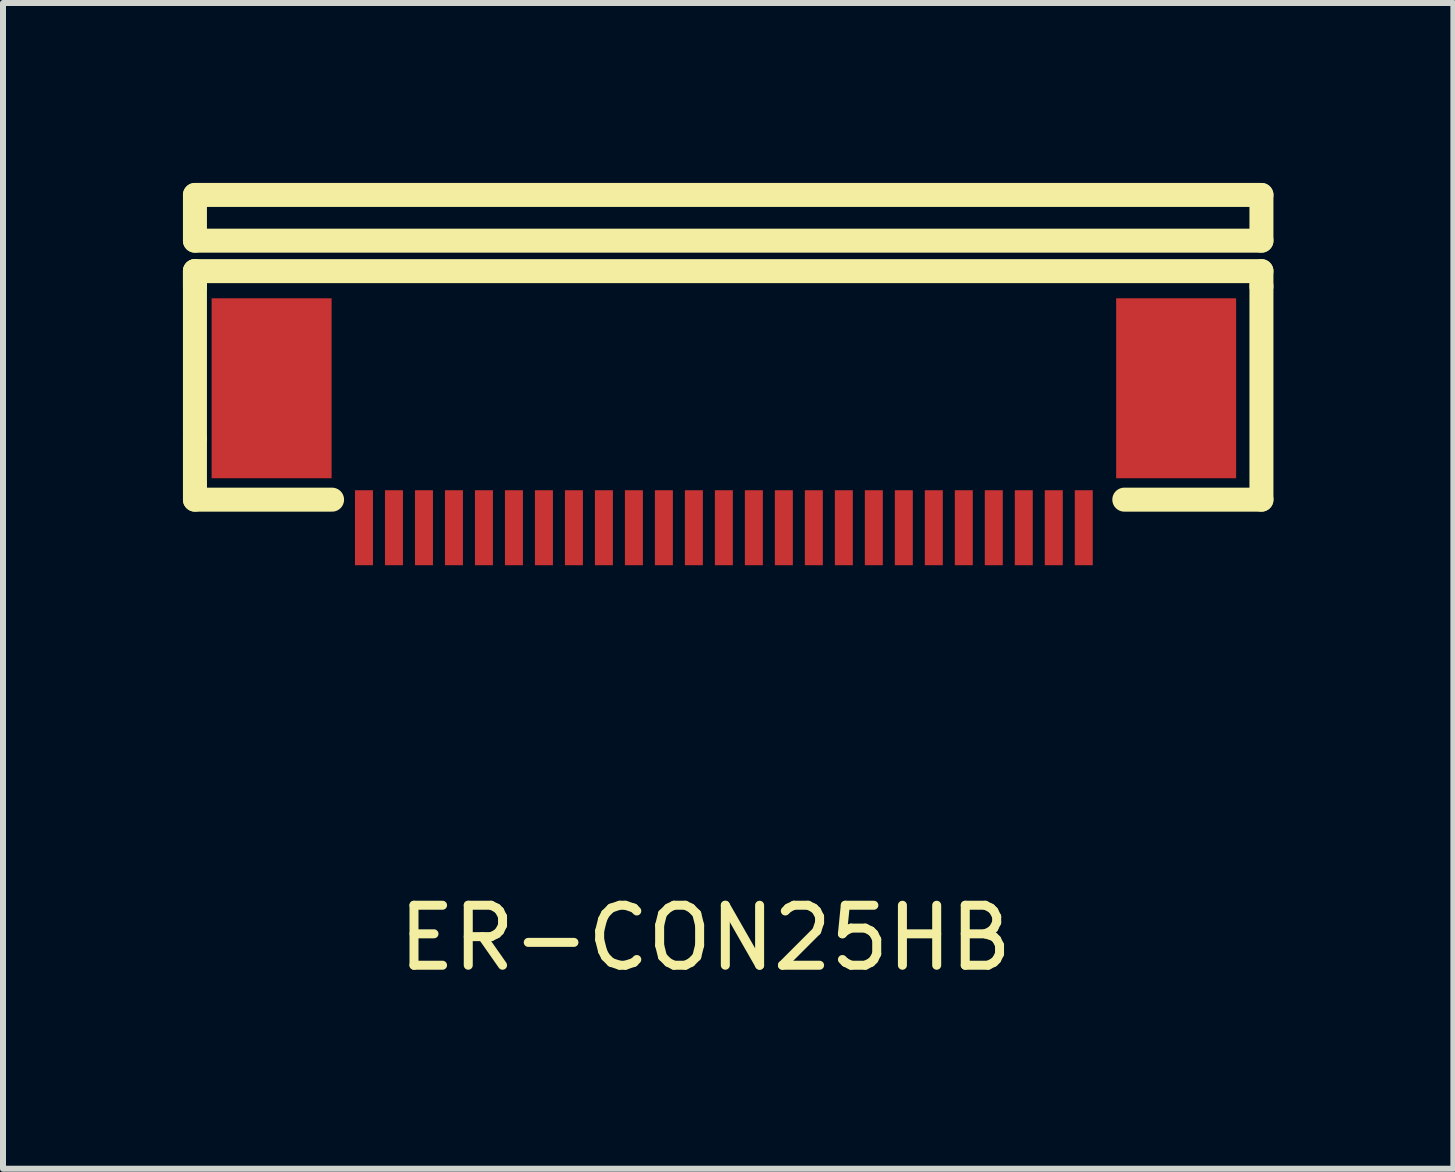
<source format=kicad_pcb>
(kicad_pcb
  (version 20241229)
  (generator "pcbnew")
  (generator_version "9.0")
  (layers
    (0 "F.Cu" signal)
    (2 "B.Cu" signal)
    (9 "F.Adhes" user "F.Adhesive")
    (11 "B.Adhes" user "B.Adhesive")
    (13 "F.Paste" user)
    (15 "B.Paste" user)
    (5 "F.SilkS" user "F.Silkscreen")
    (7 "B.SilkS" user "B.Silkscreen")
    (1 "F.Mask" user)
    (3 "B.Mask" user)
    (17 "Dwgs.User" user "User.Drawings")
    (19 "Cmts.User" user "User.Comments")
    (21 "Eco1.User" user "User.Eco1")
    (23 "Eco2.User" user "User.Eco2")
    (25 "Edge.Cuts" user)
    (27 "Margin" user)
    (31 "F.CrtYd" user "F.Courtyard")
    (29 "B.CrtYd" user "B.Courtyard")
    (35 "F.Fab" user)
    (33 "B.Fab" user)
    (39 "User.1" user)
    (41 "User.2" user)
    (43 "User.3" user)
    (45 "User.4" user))
  (footprint "ER-CON25HB"
    (layer "F.Cu")
    (at 4.518 3.248)
    (property "Reference" "ER-CON25HB" (at 4.191 9.339 0) (layer "F.SilkS") (effects (font (size 1 1) (thickness 0.15))))
    (attr through_hole)
    (fp_line (start -4.318 -3.048) (end 13.462 -3.048) (stroke (width 0.4) (type solid)) (layer "F.SilkS"))
    (fp_line (start -4.318 -2.286) (end -4.318 -3.048) (stroke (width 0.4) (type solid)) (layer "F.SilkS"))
    (fp_line (start -4.318 -2.286) (end 13.462 -2.286) (stroke (width 0.4) (type solid)) (layer "F.SilkS"))
    (fp_line (start -4.318 -1.778) (end -4.318 -1.524) (stroke (width 0.4) (type solid)) (layer "F.SilkS"))
    (fp_line (start -4.318 -1.778) (end 13.462 -1.778) (stroke (width 0.4) (type solid)) (layer "F.SilkS"))
    (fp_line (start -4.318 -1.524) (end -4.318 -1.778) (stroke (width 0.4) (type solid)) (layer "F.SilkS"))
    (fp_line (start -4.318 -1.524) (end -4.318 1.016) (stroke (width 0.4) (type solid)) (layer "F.SilkS"))
    (fp_line (start -4.318 1.016) (end -4.318 1.778) (stroke (width 0.4) (type solid)) (layer "F.SilkS"))
    (fp_line (start -4.318 1.778) (end -4.318 2.032) (stroke (width 0.4) (type solid)) (layer "F.SilkS"))
    (fp_line (start -4.318 2.032) (end -2.032 2.032) (stroke (width 0.4) (type solid)) (layer "F.SilkS"))
    (fp_line (start 13.462 -3.048) (end 13.462 -2.286) (stroke (width 0.4) (type solid)) (layer "F.SilkS"))
    (fp_line (start 13.462 -1.778) (end 13.462 -1.524) (stroke (width 0.4) (type solid)) (layer "F.SilkS"))
    (fp_line (start 13.462 -1.524) (end 13.462 2.032) (stroke (width 0.4) (type solid)) (layer "F.SilkS"))
    (fp_line (start 13.462 2.032) (end 11.176 2.032) (stroke (width 0.4) (type solid)) (layer "F.SilkS"))
    (pad "1" smd rect (at -1.5 2.5) (size 0.3 1.25) (layers "F.Cu" "F.Mask" "F.Paste"))
    (pad "2" smd rect (at -1 2.5) (size 0.3 1.25) (layers "F.Cu" "F.Mask" "F.Paste"))
    (pad "3" smd rect (at -0.5 2.5) (size 0.3 1.25) (layers "F.Cu" "F.Mask" "F.Paste"))
    (pad "4" smd rect (at 0 2.5) (size 0.3 1.25) (layers "F.Cu" "F.Mask" "F.Paste"))
    (pad "5" smd rect (at 0.5 2.5) (size 0.3 1.25) (layers "F.Cu" "F.Mask" "F.Paste"))
    (pad "6" smd rect (at 1 2.5) (size 0.3 1.25) (layers "F.Cu" "F.Mask" "F.Paste"))
    (pad "7" smd rect (at 1.5 2.5) (size 0.3 1.25) (layers "F.Cu" "F.Mask" "F.Paste"))
    (pad "8" smd rect (at 2 2.5) (size 0.3 1.25) (layers "F.Cu" "F.Mask" "F.Paste"))
    (pad "9" smd rect (at 2.5 2.5) (size 0.3 1.25) (layers "F.Cu" "F.Mask" "F.Paste"))
    (pad "10" smd rect (at 3 2.5) (size 0.3 1.25) (layers "F.Cu" "F.Mask" "F.Paste"))
    (pad "11" smd rect (at 3.5 2.5) (size 0.3 1.25) (layers "F.Cu" "F.Mask" "F.Paste"))
    (pad "12" smd rect (at 4 2.5) (size 0.3 1.25) (layers "F.Cu" "F.Mask" "F.Paste"))
    (pad "13" smd rect (at 4.5 2.5) (size 0.3 1.25) (layers "F.Cu" "F.Mask" "F.Paste"))
    (pad "14" smd rect (at 5 2.5) (size 0.3 1.25) (layers "F.Cu" "F.Mask" "F.Paste"))
    (pad "15" smd rect (at 5.5 2.5) (size 0.3 1.25) (layers "F.Cu" "F.Mask" "F.Paste"))
    (pad "16" smd rect (at 6 2.5) (size 0.3 1.25) (layers "F.Cu" "F.Mask" "F.Paste"))
    (pad "17" smd rect (at 6.5 2.5) (size 0.3 1.25) (layers "F.Cu" "F.Mask" "F.Paste"))
    (pad "18" smd rect (at 7 2.5) (size 0.3 1.25) (layers "F.Cu" "F.Mask" "F.Paste"))
    (pad "19" smd rect (at 7.5 2.5) (size 0.3 1.25) (layers "F.Cu" "F.Mask" "F.Paste"))
    (pad "20" smd rect (at 8 2.5) (size 0.3 1.25) (layers "F.Cu" "F.Mask" "F.Paste"))
    (pad "21" smd rect (at 8.5 2.5) (size 0.3 1.25) (layers "F.Cu" "F.Mask" "F.Paste"))
    (pad "22" smd rect (at 9 2.5) (size 0.3 1.25) (layers "F.Cu" "F.Mask" "F.Paste"))
    (pad "23" smd rect (at 9.5 2.5) (size 0.3 1.25) (layers "F.Cu" "F.Mask" "F.Paste"))
    (pad "24" smd rect (at 10 2.5) (size 0.3 1.25) (layers "F.Cu" "F.Mask" "F.Paste"))
    (pad "25" smd rect (at 10.5 2.5) (size 0.3 1.25) (layers "F.Cu" "F.Mask" "F.Paste"))
    (pad "26" smd rect (at 12.04 0.175) (size 2 3) (layers "F.Cu" "F.Mask" "F.Paste"))
    (pad "27" smd rect (at -3.04 0.175) (size 2 3) (layers "F.Cu" "F.Mask" "F.Paste")))
  (gr_rect
    (start -3 -3)
    (end 21.18 16.435)
    (stroke (width 0.1) (type default))
    (fill no)
    (layer "Edge.Cuts")))
</source>
